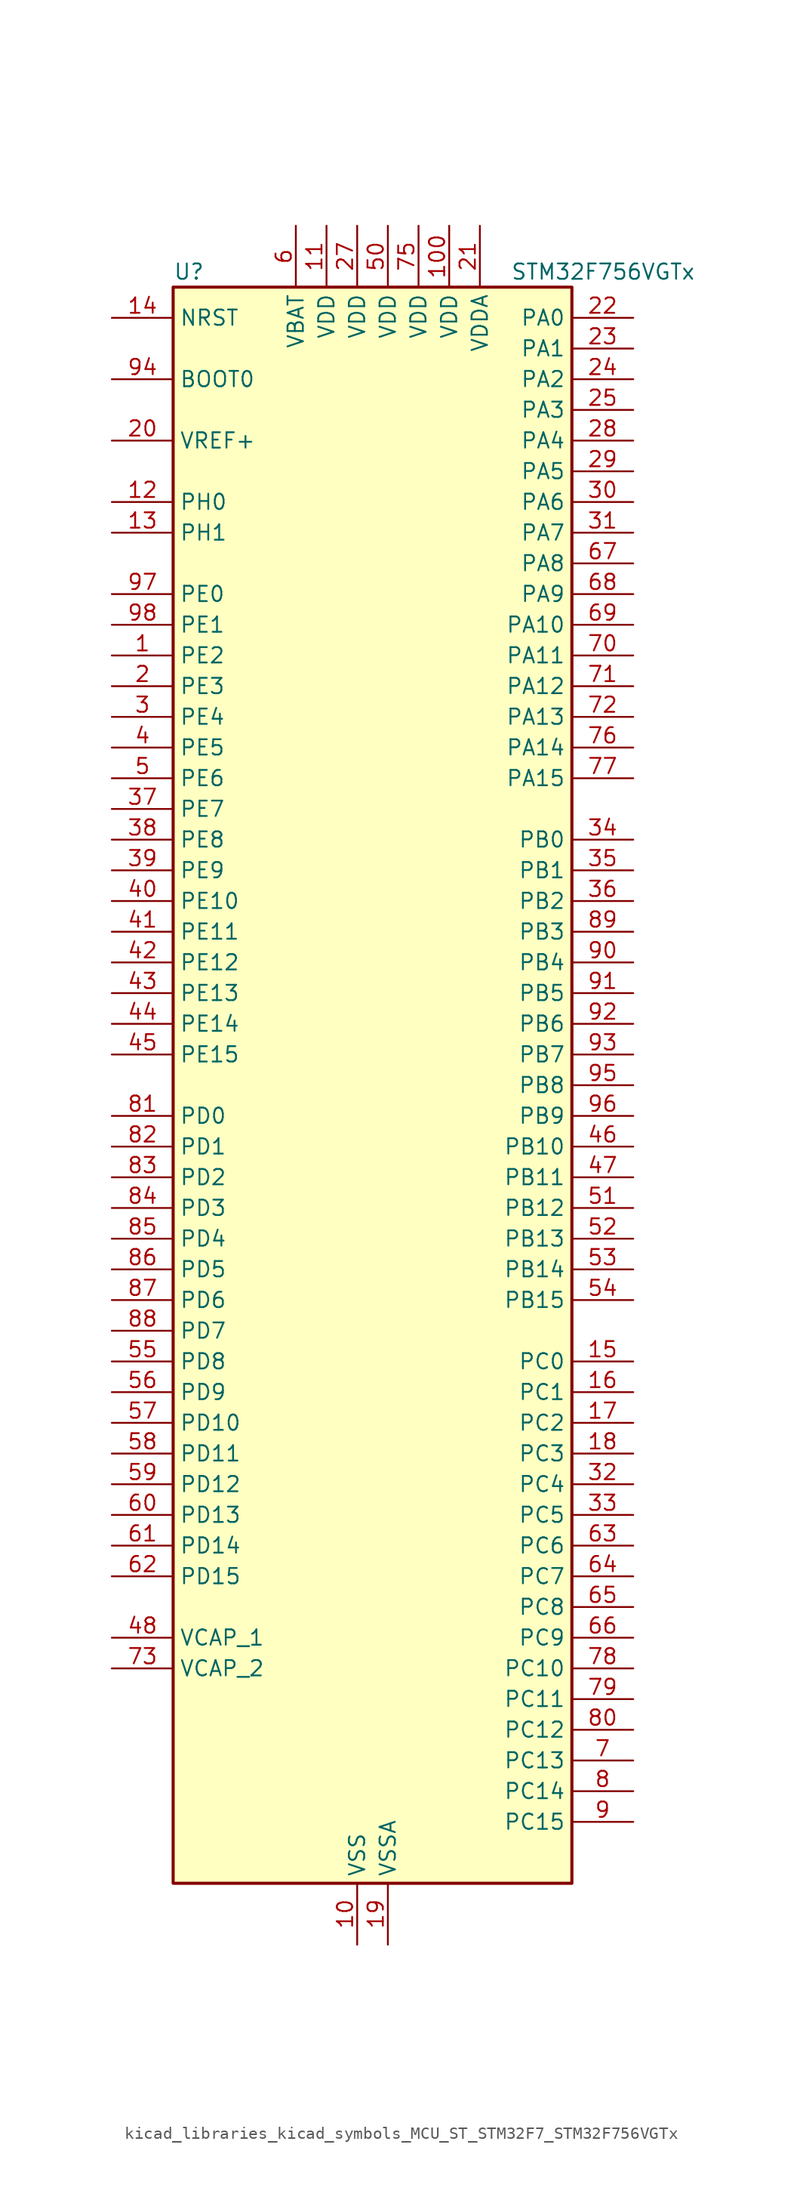
<source format=kicad_sym>
(kicad_symbol_lib
  (version 20220914)
  (generator kicad_symbol_editor)
  (symbol "kicad_libraries_kicad_symbols_MCU_ST_STM32F7_STM32F756VGTx"
    (property "Reference" "U"
      (at -15.24 67.31 0)
      (effects (font (size 1.27 1.27)) (justify left)))
    (property "Value" "STM32F756VGTx"
      (at 12.7 67.31 0)
      (effects (font (size 1.27 1.27)) (justify left)))
    (property "ki_locked" ""
      (at 0 0 0)
      (effects (font (size 1.27 1.27))))
    (symbol "kicad_libraries_kicad_symbols_MCU_ST_STM32F7_STM32F756VGTx_0_1"
      (rectangle (start -15.24 -66.04) (end 17.78 66.04) (stroke (width 0.254) (type default)) (fill (type background))))
    (symbol "kicad_libraries_kicad_symbols_MCU_ST_STM32F7_STM32F756VGTx_1_1"
      (pin bidirectional line (at -20.32 35.56 0) (length 5.08) (name "PE2" (effects (font (size 1.27 1.27)))) (number "1" (effects (font (size 1.27 1.27)))) (alternate "ETH_TXD3" bidirectional line) (alternate "FMC_A23" bidirectional line) (alternate "QUADSPI_BK1_IO2" bidirectional line) (alternate "SAI1_MCLK_A" bidirectional line) (alternate "SPI4_SCK" bidirectional line) (alternate "SYS_TRACECLK" bidirectional line))
      (pin power_in line (at 0 -71.12 90) (length 5.08) (name "VSS" (effects (font (size 1.27 1.27)))) (number "10" (effects (font (size 1.27 1.27)))))
      (pin power_in line (at 7.62 71.12 270) (length 5.08) (name "VDD" (effects (font (size 1.27 1.27)))) (number "100" (effects (font (size 1.27 1.27)))))
      (pin power_in line (at -2.54 71.12 270) (length 5.08) (name "VDD" (effects (font (size 1.27 1.27)))) (number "11" (effects (font (size 1.27 1.27)))))
      (pin bidirectional line (at -20.32 48.26 0) (length 5.08) (name "PH0" (effects (font (size 1.27 1.27)))) (number "12" (effects (font (size 1.27 1.27)))) (alternate "RCC_OSC_IN" bidirectional line))
      (pin bidirectional line (at -20.32 45.72 0) (length 5.08) (name "PH1" (effects (font (size 1.27 1.27)))) (number "13" (effects (font (size 1.27 1.27)))) (alternate "RCC_OSC_OUT" bidirectional line))
      (pin input line (at -20.32 63.5 0) (length 5.08) (name "NRST" (effects (font (size 1.27 1.27)))) (number "14" (effects (font (size 1.27 1.27)))))
      (pin bidirectional line (at 22.86 -22.86 180) (length 5.08) (name "PC0" (effects (font (size 1.27 1.27)))) (number "15" (effects (font (size 1.27 1.27)))) (alternate "ADC1_IN10" bidirectional line) (alternate "ADC2_IN10" bidirectional line) (alternate "ADC3_IN10" bidirectional line) (alternate "FMC_SDNWE" bidirectional line) (alternate "LTDC_R5" bidirectional line) (alternate "SAI2_FS_B" bidirectional line) (alternate "USB_OTG_HS_ULPI_STP" bidirectional line))
      (pin bidirectional line (at 22.86 -25.4 180) (length 5.08) (name "PC1" (effects (font (size 1.27 1.27)))) (number "16" (effects (font (size 1.27 1.27)))) (alternate "ADC1_IN11" bidirectional line) (alternate "ADC2_IN11" bidirectional line) (alternate "ADC3_IN11" bidirectional line) (alternate "ETH_MDC" bidirectional line) (alternate "I2S2_SD" bidirectional line) (alternate "RTC_TAMP3" bidirectional line) (alternate "RTC_TS" bidirectional line) (alternate "SAI1_SD_A" bidirectional line) (alternate "SPI2_MOSI" bidirectional line) (alternate "SYS_TRACED0" bidirectional line) (alternate "SYS_WKUP3" bidirectional line))
      (pin bidirectional line (at 22.86 -27.94 180) (length 5.08) (name "PC2" (effects (font (size 1.27 1.27)))) (number "17" (effects (font (size 1.27 1.27)))) (alternate "ADC1_IN12" bidirectional line) (alternate "ADC2_IN12" bidirectional line) (alternate "ADC3_IN12" bidirectional line) (alternate "ETH_TXD2" bidirectional line) (alternate "FMC_SDNE0" bidirectional line) (alternate "SPI2_MISO" bidirectional line) (alternate "USB_OTG_HS_ULPI_DIR" bidirectional line))
      (pin bidirectional line (at 22.86 -30.48 180) (length 5.08) (name "PC3" (effects (font (size 1.27 1.27)))) (number "18" (effects (font (size 1.27 1.27)))) (alternate "ADC1_IN13" bidirectional line) (alternate "ADC2_IN13" bidirectional line) (alternate "ADC3_IN13" bidirectional line) (alternate "ETH_TX_CLK" bidirectional line) (alternate "FMC_SDCKE0" bidirectional line) (alternate "I2S2_SD" bidirectional line) (alternate "SPI2_MOSI" bidirectional line) (alternate "USB_OTG_HS_ULPI_NXT" bidirectional line))
      (pin power_in line (at 2.54 -71.12 90) (length 5.08) (name "VSSA" (effects (font (size 1.27 1.27)))) (number "19" (effects (font (size 1.27 1.27)))))
      (pin bidirectional line (at -20.32 33.02 0) (length 5.08) (name "PE3" (effects (font (size 1.27 1.27)))) (number "2" (effects (font (size 1.27 1.27)))) (alternate "FMC_A19" bidirectional line) (alternate "SAI1_SD_B" bidirectional line) (alternate "SYS_TRACED0" bidirectional line))
      (pin input line (at -20.32 53.34 0) (length 5.08) (name "VREF+" (effects (font (size 1.27 1.27)))) (number "20" (effects (font (size 1.27 1.27)))))
      (pin power_in line (at 10.16 71.12 270) (length 5.08) (name "VDDA" (effects (font (size 1.27 1.27)))) (number "21" (effects (font (size 1.27 1.27)))))
      (pin bidirectional line (at 22.86 63.5 180) (length 5.08) (name "PA0" (effects (font (size 1.27 1.27)))) (number "22" (effects (font (size 1.27 1.27)))) (alternate "ADC1_IN0" bidirectional line) (alternate "ADC2_IN0" bidirectional line) (alternate "ADC3_IN0" bidirectional line) (alternate "ETH_CRS" bidirectional line) (alternate "SAI2_SD_B" bidirectional line) (alternate "SYS_WKUP1" bidirectional line) (alternate "TIM2_CH1" bidirectional line) (alternate "TIM2_ETR" bidirectional line) (alternate "TIM5_CH1" bidirectional line) (alternate "TIM8_ETR" bidirectional line) (alternate "UART4_TX" bidirectional line) (alternate "USART2_CTS" bidirectional line))
      (pin bidirectional line (at 22.86 60.96 180) (length 5.08) (name "PA1" (effects (font (size 1.27 1.27)))) (number "23" (effects (font (size 1.27 1.27)))) (alternate "ADC1_IN1" bidirectional line) (alternate "ADC2_IN1" bidirectional line) (alternate "ADC3_IN1" bidirectional line) (alternate "ETH_REF_CLK" bidirectional line) (alternate "ETH_RX_CLK" bidirectional line) (alternate "LTDC_R2" bidirectional line) (alternate "QUADSPI_BK1_IO3" bidirectional line) (alternate "SAI2_MCLK_B" bidirectional line) (alternate "TIM2_CH2" bidirectional line) (alternate "TIM5_CH2" bidirectional line) (alternate "UART4_RX" bidirectional line) (alternate "USART2_DE" bidirectional line) (alternate "USART2_RTS" bidirectional line))
      (pin bidirectional line (at 22.86 58.42 180) (length 5.08) (name "PA2" (effects (font (size 1.27 1.27)))) (number "24" (effects (font (size 1.27 1.27)))) (alternate "ADC1_IN2" bidirectional line) (alternate "ADC2_IN2" bidirectional line) (alternate "ADC3_IN2" bidirectional line) (alternate "ETH_MDIO" bidirectional line) (alternate "LTDC_R1" bidirectional line) (alternate "SAI2_SCK_B" bidirectional line) (alternate "SYS_WKUP2" bidirectional line) (alternate "TIM2_CH3" bidirectional line) (alternate "TIM5_CH3" bidirectional line) (alternate "TIM9_CH1" bidirectional line) (alternate "USART2_TX" bidirectional line))
      (pin bidirectional line (at 22.86 55.88 180) (length 5.08) (name "PA3" (effects (font (size 1.27 1.27)))) (number "25" (effects (font (size 1.27 1.27)))) (alternate "ADC1_IN3" bidirectional line) (alternate "ADC2_IN3" bidirectional line) (alternate "ADC3_IN3" bidirectional line) (alternate "ETH_COL" bidirectional line) (alternate "LTDC_B5" bidirectional line) (alternate "TIM2_CH4" bidirectional line) (alternate "TIM5_CH4" bidirectional line) (alternate "TIM9_CH2" bidirectional line) (alternate "USART2_RX" bidirectional line) (alternate "USB_OTG_HS_ULPI_D0" bidirectional line))
      (pin passive line (at 0 -71.12 90) (length 5.08) hide (name "VSS" (effects (font (size 1.27 1.27)))) (number "26" (effects (font (size 1.27 1.27)))))
      (pin power_in line (at 0 71.12 270) (length 5.08) (name "VDD" (effects (font (size 1.27 1.27)))) (number "27" (effects (font (size 1.27 1.27)))))
      (pin bidirectional line (at 22.86 53.34 180) (length 5.08) (name "PA4" (effects (font (size 1.27 1.27)))) (number "28" (effects (font (size 1.27 1.27)))) (alternate "ADC1_IN4" bidirectional line) (alternate "ADC2_IN4" bidirectional line) (alternate "DAC_OUT1" bidirectional line) (alternate "DCMI_HSYNC" bidirectional line) (alternate "I2S1_WS" bidirectional line) (alternate "I2S3_WS" bidirectional line) (alternate "LTDC_VSYNC" bidirectional line) (alternate "SPI1_NSS" bidirectional line) (alternate "SPI3_NSS" bidirectional line) (alternate "USART2_CK" bidirectional line) (alternate "USB_OTG_HS_SOF" bidirectional line))
      (pin bidirectional line (at 22.86 50.8 180) (length 5.08) (name "PA5" (effects (font (size 1.27 1.27)))) (number "29" (effects (font (size 1.27 1.27)))) (alternate "ADC1_IN5" bidirectional line) (alternate "ADC2_IN5" bidirectional line) (alternate "DAC_OUT2" bidirectional line) (alternate "I2S1_CK" bidirectional line) (alternate "LTDC_R4" bidirectional line) (alternate "SPI1_SCK" bidirectional line) (alternate "TIM2_CH1" bidirectional line) (alternate "TIM2_ETR" bidirectional line) (alternate "TIM8_CH1N" bidirectional line) (alternate "USB_OTG_HS_ULPI_CK" bidirectional line))
      (pin bidirectional line (at -20.32 30.48 0) (length 5.08) (name "PE4" (effects (font (size 1.27 1.27)))) (number "3" (effects (font (size 1.27 1.27)))) (alternate "DCMI_D4" bidirectional line) (alternate "FMC_A20" bidirectional line) (alternate "LTDC_B0" bidirectional line) (alternate "SAI1_FS_A" bidirectional line) (alternate "SPI4_NSS" bidirectional line) (alternate "SYS_TRACED1" bidirectional line))
      (pin bidirectional line (at 22.86 48.26 180) (length 5.08) (name "PA6" (effects (font (size 1.27 1.27)))) (number "30" (effects (font (size 1.27 1.27)))) (alternate "ADC1_IN6" bidirectional line) (alternate "ADC2_IN6" bidirectional line) (alternate "DCMI_PIXCLK" bidirectional line) (alternate "LTDC_G2" bidirectional line) (alternate "SPI1_MISO" bidirectional line) (alternate "TIM13_CH1" bidirectional line) (alternate "TIM1_BKIN" bidirectional line) (alternate "TIM3_CH1" bidirectional line) (alternate "TIM8_BKIN" bidirectional line))
      (pin bidirectional line (at 22.86 45.72 180) (length 5.08) (name "PA7" (effects (font (size 1.27 1.27)))) (number "31" (effects (font (size 1.27 1.27)))) (alternate "ADC1_IN7" bidirectional line) (alternate "ADC2_IN7" bidirectional line) (alternate "ETH_CRS_DV" bidirectional line) (alternate "ETH_RX_DV" bidirectional line) (alternate "FMC_SDNWE" bidirectional line) (alternate "I2S1_SD" bidirectional line) (alternate "SPI1_MOSI" bidirectional line) (alternate "TIM14_CH1" bidirectional line) (alternate "TIM1_CH1N" bidirectional line) (alternate "TIM3_CH2" bidirectional line) (alternate "TIM8_CH1N" bidirectional line))
      (pin bidirectional line (at 22.86 -33.02 180) (length 5.08) (name "PC4" (effects (font (size 1.27 1.27)))) (number "32" (effects (font (size 1.27 1.27)))) (alternate "ADC1_IN14" bidirectional line) (alternate "ADC2_IN14" bidirectional line) (alternate "ETH_RXD0" bidirectional line) (alternate "FMC_SDNE0" bidirectional line) (alternate "I2S1_MCK" bidirectional line) (alternate "SPDIFRX_IN2" bidirectional line))
      (pin bidirectional line (at 22.86 -35.56 180) (length 5.08) (name "PC5" (effects (font (size 1.27 1.27)))) (number "33" (effects (font (size 1.27 1.27)))) (alternate "ADC1_IN15" bidirectional line) (alternate "ADC2_IN15" bidirectional line) (alternate "ETH_RXD1" bidirectional line) (alternate "FMC_SDCKE0" bidirectional line) (alternate "SPDIFRX_IN3" bidirectional line))
      (pin bidirectional line (at 22.86 20.32 180) (length 5.08) (name "PB0" (effects (font (size 1.27 1.27)))) (number "34" (effects (font (size 1.27 1.27)))) (alternate "ADC1_IN8" bidirectional line) (alternate "ADC2_IN8" bidirectional line) (alternate "ETH_RXD2" bidirectional line) (alternate "LTDC_R3" bidirectional line) (alternate "TIM1_CH2N" bidirectional line) (alternate "TIM3_CH3" bidirectional line) (alternate "TIM8_CH2N" bidirectional line) (alternate "UART4_CTS" bidirectional line) (alternate "USB_OTG_HS_ULPI_D1" bidirectional line))
      (pin bidirectional line (at 22.86 17.78 180) (length 5.08) (name "PB1" (effects (font (size 1.27 1.27)))) (number "35" (effects (font (size 1.27 1.27)))) (alternate "ADC1_IN9" bidirectional line) (alternate "ADC2_IN9" bidirectional line) (alternate "ETH_RXD3" bidirectional line) (alternate "LTDC_R6" bidirectional line) (alternate "TIM1_CH3N" bidirectional line) (alternate "TIM3_CH4" bidirectional line) (alternate "TIM8_CH3N" bidirectional line) (alternate "USB_OTG_HS_ULPI_D2" bidirectional line))
      (pin bidirectional line (at 22.86 15.24 180) (length 5.08) (name "PB2" (effects (font (size 1.27 1.27)))) (number "36" (effects (font (size 1.27 1.27)))) (alternate "I2S3_SD" bidirectional line) (alternate "QUADSPI_CLK" bidirectional line) (alternate "SAI1_SD_A" bidirectional line) (alternate "SPI3_MOSI" bidirectional line))
      (pin bidirectional line (at -20.32 22.86 0) (length 5.08) (name "PE7" (effects (font (size 1.27 1.27)))) (number "37" (effects (font (size 1.27 1.27)))) (alternate "FMC_D4" bidirectional line) (alternate "FMC_DA4" bidirectional line) (alternate "QUADSPI_BK2_IO0" bidirectional line) (alternate "TIM1_ETR" bidirectional line) (alternate "UART7_RX" bidirectional line))
      (pin bidirectional line (at -20.32 20.32 0) (length 5.08) (name "PE8" (effects (font (size 1.27 1.27)))) (number "38" (effects (font (size 1.27 1.27)))) (alternate "FMC_D5" bidirectional line) (alternate "FMC_DA5" bidirectional line) (alternate "QUADSPI_BK2_IO1" bidirectional line) (alternate "TIM1_CH1N" bidirectional line) (alternate "UART7_TX" bidirectional line))
      (pin bidirectional line (at -20.32 17.78 0) (length 5.08) (name "PE9" (effects (font (size 1.27 1.27)))) (number "39" (effects (font (size 1.27 1.27)))) (alternate "DAC_EXTI9" bidirectional line) (alternate "FMC_D6" bidirectional line) (alternate "FMC_DA6" bidirectional line) (alternate "QUADSPI_BK2_IO2" bidirectional line) (alternate "TIM1_CH1" bidirectional line) (alternate "UART7_DE" bidirectional line) (alternate "UART7_RTS" bidirectional line))
      (pin bidirectional line (at -20.32 27.94 0) (length 5.08) (name "PE5" (effects (font (size 1.27 1.27)))) (number "4" (effects (font (size 1.27 1.27)))) (alternate "DCMI_D6" bidirectional line) (alternate "FMC_A21" bidirectional line) (alternate "LTDC_G0" bidirectional line) (alternate "SAI1_SCK_A" bidirectional line) (alternate "SPI4_MISO" bidirectional line) (alternate "SYS_TRACED2" bidirectional line) (alternate "TIM9_CH1" bidirectional line))
      (pin bidirectional line (at -20.32 15.24 0) (length 5.08) (name "PE10" (effects (font (size 1.27 1.27)))) (number "40" (effects (font (size 1.27 1.27)))) (alternate "FMC_D7" bidirectional line) (alternate "FMC_DA7" bidirectional line) (alternate "QUADSPI_BK2_IO3" bidirectional line) (alternate "TIM1_CH2N" bidirectional line) (alternate "UART7_CTS" bidirectional line))
      (pin bidirectional line (at -20.32 12.7 0) (length 5.08) (name "PE11" (effects (font (size 1.27 1.27)))) (number "41" (effects (font (size 1.27 1.27)))) (alternate "ADC1_EXTI11" bidirectional line) (alternate "ADC2_EXTI11" bidirectional line) (alternate "ADC3_EXTI11" bidirectional line) (alternate "FMC_D8" bidirectional line) (alternate "FMC_DA8" bidirectional line) (alternate "LTDC_G3" bidirectional line) (alternate "SAI2_SD_B" bidirectional line) (alternate "SPI4_NSS" bidirectional line) (alternate "TIM1_CH2" bidirectional line))
      (pin bidirectional line (at -20.32 10.16 0) (length 5.08) (name "PE12" (effects (font (size 1.27 1.27)))) (number "42" (effects (font (size 1.27 1.27)))) (alternate "FMC_D9" bidirectional line) (alternate "FMC_DA9" bidirectional line) (alternate "LTDC_B4" bidirectional line) (alternate "SAI2_SCK_B" bidirectional line) (alternate "SPI4_SCK" bidirectional line) (alternate "TIM1_CH3N" bidirectional line))
      (pin bidirectional line (at -20.32 7.62 0) (length 5.08) (name "PE13" (effects (font (size 1.27 1.27)))) (number "43" (effects (font (size 1.27 1.27)))) (alternate "FMC_D10" bidirectional line) (alternate "FMC_DA10" bidirectional line) (alternate "LTDC_DE" bidirectional line) (alternate "SAI2_FS_B" bidirectional line) (alternate "SPI4_MISO" bidirectional line) (alternate "TIM1_CH3" bidirectional line))
      (pin bidirectional line (at -20.32 5.08 0) (length 5.08) (name "PE14" (effects (font (size 1.27 1.27)))) (number "44" (effects (font (size 1.27 1.27)))) (alternate "FMC_D11" bidirectional line) (alternate "FMC_DA11" bidirectional line) (alternate "LTDC_CLK" bidirectional line) (alternate "SAI2_MCLK_B" bidirectional line) (alternate "SPI4_MOSI" bidirectional line) (alternate "TIM1_CH4" bidirectional line))
      (pin bidirectional line (at -20.32 2.54 0) (length 5.08) (name "PE15" (effects (font (size 1.27 1.27)))) (number "45" (effects (font (size 1.27 1.27)))) (alternate "FMC_D12" bidirectional line) (alternate "FMC_DA12" bidirectional line) (alternate "LTDC_R7" bidirectional line) (alternate "TIM1_BKIN" bidirectional line))
      (pin bidirectional line (at 22.86 -5.08 180) (length 5.08) (name "PB10" (effects (font (size 1.27 1.27)))) (number "46" (effects (font (size 1.27 1.27)))) (alternate "ETH_RX_ER" bidirectional line) (alternate "I2C2_SCL" bidirectional line) (alternate "I2S2_CK" bidirectional line) (alternate "LTDC_G4" bidirectional line) (alternate "SPI2_SCK" bidirectional line) (alternate "TIM2_CH3" bidirectional line) (alternate "USART3_TX" bidirectional line) (alternate "USB_OTG_HS_ULPI_D3" bidirectional line))
      (pin bidirectional line (at 22.86 -7.62 180) (length 5.08) (name "PB11" (effects (font (size 1.27 1.27)))) (number "47" (effects (font (size 1.27 1.27)))) (alternate "ADC1_EXTI11" bidirectional line) (alternate "ADC2_EXTI11" bidirectional line) (alternate "ADC3_EXTI11" bidirectional line) (alternate "ETH_TX_EN" bidirectional line) (alternate "I2C2_SDA" bidirectional line) (alternate "LTDC_G5" bidirectional line) (alternate "TIM2_CH4" bidirectional line) (alternate "USART3_RX" bidirectional line) (alternate "USB_OTG_HS_ULPI_D4" bidirectional line))
      (pin power_out line (at -20.32 -45.72 0) (length 5.08) (name "VCAP_1" (effects (font (size 1.27 1.27)))) (number "48" (effects (font (size 1.27 1.27)))))
      (pin passive line (at 0 -71.12 90) (length 5.08) hide (name "VSS" (effects (font (size 1.27 1.27)))) (number "49" (effects (font (size 1.27 1.27)))))
      (pin bidirectional line (at -20.32 25.4 0) (length 5.08) (name "PE6" (effects (font (size 1.27 1.27)))) (number "5" (effects (font (size 1.27 1.27)))) (alternate "DCMI_D7" bidirectional line) (alternate "FMC_A22" bidirectional line) (alternate "LTDC_G1" bidirectional line) (alternate "SAI1_SD_A" bidirectional line) (alternate "SAI2_MCLK_B" bidirectional line) (alternate "SPI4_MOSI" bidirectional line) (alternate "SYS_TRACED3" bidirectional line) (alternate "TIM1_BKIN2" bidirectional line) (alternate "TIM9_CH2" bidirectional line))
      (pin power_in line (at 2.54 71.12 270) (length 5.08) (name "VDD" (effects (font (size 1.27 1.27)))) (number "50" (effects (font (size 1.27 1.27)))))
      (pin bidirectional line (at 22.86 -10.16 180) (length 5.08) (name "PB12" (effects (font (size 1.27 1.27)))) (number "51" (effects (font (size 1.27 1.27)))) (alternate "CAN2_RX" bidirectional line) (alternate "ETH_TXD0" bidirectional line) (alternate "I2C2_SMBA" bidirectional line) (alternate "I2S2_WS" bidirectional line) (alternate "SPI2_NSS" bidirectional line) (alternate "TIM1_BKIN" bidirectional line) (alternate "USART3_CK" bidirectional line) (alternate "USB_OTG_HS_ID" bidirectional line) (alternate "USB_OTG_HS_ULPI_D5" bidirectional line))
      (pin bidirectional line (at 22.86 -12.7 180) (length 5.08) (name "PB13" (effects (font (size 1.27 1.27)))) (number "52" (effects (font (size 1.27 1.27)))) (alternate "CAN2_TX" bidirectional line) (alternate "ETH_TXD1" bidirectional line) (alternate "I2S2_CK" bidirectional line) (alternate "SPI2_SCK" bidirectional line) (alternate "TIM1_CH1N" bidirectional line) (alternate "USART3_CTS" bidirectional line) (alternate "USB_OTG_HS_ULPI_D6" bidirectional line) (alternate "USB_OTG_HS_VBUS" bidirectional line))
      (pin bidirectional line (at 22.86 -15.24 180) (length 5.08) (name "PB14" (effects (font (size 1.27 1.27)))) (number "53" (effects (font (size 1.27 1.27)))) (alternate "SPI2_MISO" bidirectional line) (alternate "TIM12_CH1" bidirectional line) (alternate "TIM1_CH2N" bidirectional line) (alternate "TIM8_CH2N" bidirectional line) (alternate "USART3_DE" bidirectional line) (alternate "USART3_RTS" bidirectional line) (alternate "USB_OTG_HS_DM" bidirectional line))
      (pin bidirectional line (at 22.86 -17.78 180) (length 5.08) (name "PB15" (effects (font (size 1.27 1.27)))) (number "54" (effects (font (size 1.27 1.27)))) (alternate "I2S2_SD" bidirectional line) (alternate "RTC_REFIN" bidirectional line) (alternate "SPI2_MOSI" bidirectional line) (alternate "TIM12_CH2" bidirectional line) (alternate "TIM1_CH3N" bidirectional line) (alternate "TIM8_CH3N" bidirectional line) (alternate "USB_OTG_HS_DP" bidirectional line))
      (pin bidirectional line (at -20.32 -22.86 0) (length 5.08) (name "PD8" (effects (font (size 1.27 1.27)))) (number "55" (effects (font (size 1.27 1.27)))) (alternate "FMC_D13" bidirectional line) (alternate "FMC_DA13" bidirectional line) (alternate "SPDIFRX_IN1" bidirectional line) (alternate "USART3_TX" bidirectional line))
      (pin bidirectional line (at -20.32 -25.4 0) (length 5.08) (name "PD9" (effects (font (size 1.27 1.27)))) (number "56" (effects (font (size 1.27 1.27)))) (alternate "DAC_EXTI9" bidirectional line) (alternate "FMC_D14" bidirectional line) (alternate "FMC_DA14" bidirectional line) (alternate "USART3_RX" bidirectional line))
      (pin bidirectional line (at -20.32 -27.94 0) (length 5.08) (name "PD10" (effects (font (size 1.27 1.27)))) (number "57" (effects (font (size 1.27 1.27)))) (alternate "FMC_D15" bidirectional line) (alternate "FMC_DA15" bidirectional line) (alternate "LTDC_B3" bidirectional line) (alternate "USART3_CK" bidirectional line))
      (pin bidirectional line (at -20.32 -30.48 0) (length 5.08) (name "PD11" (effects (font (size 1.27 1.27)))) (number "58" (effects (font (size 1.27 1.27)))) (alternate "ADC1_EXTI11" bidirectional line) (alternate "ADC2_EXTI11" bidirectional line) (alternate "ADC3_EXTI11" bidirectional line) (alternate "FMC_A16" bidirectional line) (alternate "FMC_CLE" bidirectional line) (alternate "I2C4_SMBA" bidirectional line) (alternate "QUADSPI_BK1_IO0" bidirectional line) (alternate "SAI2_SD_A" bidirectional line) (alternate "USART3_CTS" bidirectional line))
      (pin bidirectional line (at -20.32 -33.02 0) (length 5.08) (name "PD12" (effects (font (size 1.27 1.27)))) (number "59" (effects (font (size 1.27 1.27)))) (alternate "FMC_A17" bidirectional line) (alternate "FMC_ALE" bidirectional line) (alternate "I2C4_SCL" bidirectional line) (alternate "LPTIM1_IN1" bidirectional line) (alternate "QUADSPI_BK1_IO1" bidirectional line) (alternate "SAI2_FS_A" bidirectional line) (alternate "TIM4_CH1" bidirectional line) (alternate "USART3_DE" bidirectional line) (alternate "USART3_RTS" bidirectional line))
      (pin power_in line (at -5.08 71.12 270) (length 5.08) (name "VBAT" (effects (font (size 1.27 1.27)))) (number "6" (effects (font (size 1.27 1.27)))))
      (pin bidirectional line (at -20.32 -35.56 0) (length 5.08) (name "PD13" (effects (font (size 1.27 1.27)))) (number "60" (effects (font (size 1.27 1.27)))) (alternate "FMC_A18" bidirectional line) (alternate "I2C4_SDA" bidirectional line) (alternate "LPTIM1_OUT" bidirectional line) (alternate "QUADSPI_BK1_IO3" bidirectional line) (alternate "SAI2_SCK_A" bidirectional line) (alternate "TIM4_CH2" bidirectional line))
      (pin bidirectional line (at -20.32 -38.1 0) (length 5.08) (name "PD14" (effects (font (size 1.27 1.27)))) (number "61" (effects (font (size 1.27 1.27)))) (alternate "FMC_D0" bidirectional line) (alternate "FMC_DA0" bidirectional line) (alternate "TIM4_CH3" bidirectional line) (alternate "UART8_CTS" bidirectional line))
      (pin bidirectional line (at -20.32 -40.64 0) (length 5.08) (name "PD15" (effects (font (size 1.27 1.27)))) (number "62" (effects (font (size 1.27 1.27)))) (alternate "FMC_D1" bidirectional line) (alternate "FMC_DA1" bidirectional line) (alternate "TIM4_CH4" bidirectional line) (alternate "UART8_DE" bidirectional line) (alternate "UART8_RTS" bidirectional line))
      (pin bidirectional line (at 22.86 -38.1 180) (length 5.08) (name "PC6" (effects (font (size 1.27 1.27)))) (number "63" (effects (font (size 1.27 1.27)))) (alternate "DCMI_D0" bidirectional line) (alternate "I2S2_MCK" bidirectional line) (alternate "LTDC_HSYNC" bidirectional line) (alternate "SDMMC1_D6" bidirectional line) (alternate "TIM3_CH1" bidirectional line) (alternate "TIM8_CH1" bidirectional line) (alternate "USART6_TX" bidirectional line))
      (pin bidirectional line (at 22.86 -40.64 180) (length 5.08) (name "PC7" (effects (font (size 1.27 1.27)))) (number "64" (effects (font (size 1.27 1.27)))) (alternate "DCMI_D1" bidirectional line) (alternate "I2S3_MCK" bidirectional line) (alternate "LTDC_G6" bidirectional line) (alternate "SDMMC1_D7" bidirectional line) (alternate "TIM3_CH2" bidirectional line) (alternate "TIM8_CH2" bidirectional line) (alternate "USART6_RX" bidirectional line))
      (pin bidirectional line (at 22.86 -43.18 180) (length 5.08) (name "PC8" (effects (font (size 1.27 1.27)))) (number "65" (effects (font (size 1.27 1.27)))) (alternate "DCMI_D2" bidirectional line) (alternate "SDMMC1_D0" bidirectional line) (alternate "SYS_TRACED1" bidirectional line) (alternate "TIM3_CH3" bidirectional line) (alternate "TIM8_CH3" bidirectional line) (alternate "UART5_DE" bidirectional line) (alternate "UART5_RTS" bidirectional line) (alternate "USART6_CK" bidirectional line))
      (pin bidirectional line (at 22.86 -45.72 180) (length 5.08) (name "PC9" (effects (font (size 1.27 1.27)))) (number "66" (effects (font (size 1.27 1.27)))) (alternate "DAC_EXTI9" bidirectional line) (alternate "DCMI_D3" bidirectional line) (alternate "I2C3_SDA" bidirectional line) (alternate "I2S_CKIN" bidirectional line) (alternate "QUADSPI_BK1_IO0" bidirectional line) (alternate "RCC_MCO_2" bidirectional line) (alternate "SDMMC1_D1" bidirectional line) (alternate "TIM3_CH4" bidirectional line) (alternate "TIM8_CH4" bidirectional line) (alternate "UART5_CTS" bidirectional line))
      (pin bidirectional line (at 22.86 43.18 180) (length 5.08) (name "PA8" (effects (font (size 1.27 1.27)))) (number "67" (effects (font (size 1.27 1.27)))) (alternate "I2C3_SCL" bidirectional line) (alternate "LTDC_R6" bidirectional line) (alternate "RCC_MCO_1" bidirectional line) (alternate "TIM1_CH1" bidirectional line) (alternate "TIM8_BKIN2" bidirectional line) (alternate "USART1_CK" bidirectional line) (alternate "USB_OTG_FS_SOF" bidirectional line))
      (pin bidirectional line (at 22.86 40.64 180) (length 5.08) (name "PA9" (effects (font (size 1.27 1.27)))) (number "68" (effects (font (size 1.27 1.27)))) (alternate "DAC_EXTI9" bidirectional line) (alternate "DCMI_D0" bidirectional line) (alternate "I2C3_SMBA" bidirectional line) (alternate "I2S2_CK" bidirectional line) (alternate "SPI2_SCK" bidirectional line) (alternate "TIM1_CH2" bidirectional line) (alternate "USART1_TX" bidirectional line) (alternate "USB_OTG_FS_VBUS" bidirectional line))
      (pin bidirectional line (at 22.86 38.1 180) (length 5.08) (name "PA10" (effects (font (size 1.27 1.27)))) (number "69" (effects (font (size 1.27 1.27)))) (alternate "DCMI_D1" bidirectional line) (alternate "TIM1_CH3" bidirectional line) (alternate "USART1_RX" bidirectional line) (alternate "USB_OTG_FS_ID" bidirectional line))
      (pin bidirectional line (at 22.86 -55.88 180) (length 5.08) (name "PC13" (effects (font (size 1.27 1.27)))) (number "7" (effects (font (size 1.27 1.27)))) (alternate "RTC_OUT" bidirectional line) (alternate "RTC_TAMP1" bidirectional line) (alternate "RTC_TS" bidirectional line) (alternate "SYS_WKUP4" bidirectional line))
      (pin bidirectional line (at 22.86 35.56 180) (length 5.08) (name "PA11" (effects (font (size 1.27 1.27)))) (number "70" (effects (font (size 1.27 1.27)))) (alternate "ADC1_EXTI11" bidirectional line) (alternate "ADC2_EXTI11" bidirectional line) (alternate "ADC3_EXTI11" bidirectional line) (alternate "CAN1_RX" bidirectional line) (alternate "LTDC_R4" bidirectional line) (alternate "TIM1_CH4" bidirectional line) (alternate "USART1_CTS" bidirectional line) (alternate "USB_OTG_FS_DM" bidirectional line))
      (pin bidirectional line (at 22.86 33.02 180) (length 5.08) (name "PA12" (effects (font (size 1.27 1.27)))) (number "71" (effects (font (size 1.27 1.27)))) (alternate "CAN1_TX" bidirectional line) (alternate "LTDC_R5" bidirectional line) (alternate "SAI2_FS_B" bidirectional line) (alternate "TIM1_ETR" bidirectional line) (alternate "USART1_DE" bidirectional line) (alternate "USART1_RTS" bidirectional line) (alternate "USB_OTG_FS_DP" bidirectional line))
      (pin bidirectional line (at 22.86 30.48 180) (length 5.08) (name "PA13" (effects (font (size 1.27 1.27)))) (number "72" (effects (font (size 1.27 1.27)))) (alternate "SYS_JTMS-SWDIO" bidirectional line))
      (pin power_out line (at -20.32 -48.26 0) (length 5.08) (name "VCAP_2" (effects (font (size 1.27 1.27)))) (number "73" (effects (font (size 1.27 1.27)))))
      (pin passive line (at 0 -71.12 90) (length 5.08) hide (name "VSS" (effects (font (size 1.27 1.27)))) (number "74" (effects (font (size 1.27 1.27)))))
      (pin power_in line (at 5.08 71.12 270) (length 5.08) (name "VDD" (effects (font (size 1.27 1.27)))) (number "75" (effects (font (size 1.27 1.27)))))
      (pin bidirectional line (at 22.86 27.94 180) (length 5.08) (name "PA14" (effects (font (size 1.27 1.27)))) (number "76" (effects (font (size 1.27 1.27)))) (alternate "SYS_JTCK-SWCLK" bidirectional line))
      (pin bidirectional line (at 22.86 25.4 180) (length 5.08) (name "PA15" (effects (font (size 1.27 1.27)))) (number "77" (effects (font (size 1.27 1.27)))) (alternate "CEC" bidirectional line) (alternate "I2S1_WS" bidirectional line) (alternate "I2S3_WS" bidirectional line) (alternate "SPI1_NSS" bidirectional line) (alternate "SPI3_NSS" bidirectional line) (alternate "SYS_JTDI" bidirectional line) (alternate "TIM2_CH1" bidirectional line) (alternate "TIM2_ETR" bidirectional line) (alternate "UART4_DE" bidirectional line) (alternate "UART4_RTS" bidirectional line))
      (pin bidirectional line (at 22.86 -48.26 180) (length 5.08) (name "PC10" (effects (font (size 1.27 1.27)))) (number "78" (effects (font (size 1.27 1.27)))) (alternate "DCMI_D8" bidirectional line) (alternate "I2S3_CK" bidirectional line) (alternate "LTDC_R2" bidirectional line) (alternate "QUADSPI_BK1_IO1" bidirectional line) (alternate "SDMMC1_D2" bidirectional line) (alternate "SPI3_SCK" bidirectional line) (alternate "UART4_TX" bidirectional line) (alternate "USART3_TX" bidirectional line))
      (pin bidirectional line (at 22.86 -50.8 180) (length 5.08) (name "PC11" (effects (font (size 1.27 1.27)))) (number "79" (effects (font (size 1.27 1.27)))) (alternate "ADC1_EXTI11" bidirectional line) (alternate "ADC2_EXTI11" bidirectional line) (alternate "ADC3_EXTI11" bidirectional line) (alternate "DCMI_D4" bidirectional line) (alternate "QUADSPI_BK2_NCS" bidirectional line) (alternate "SDMMC1_D3" bidirectional line) (alternate "SPI3_MISO" bidirectional line) (alternate "UART4_RX" bidirectional line) (alternate "USART3_RX" bidirectional line))
      (pin bidirectional line (at 22.86 -58.42 180) (length 5.08) (name "PC14" (effects (font (size 1.27 1.27)))) (number "8" (effects (font (size 1.27 1.27)))) (alternate "RCC_OSC32_IN" bidirectional line))
      (pin bidirectional line (at 22.86 -53.34 180) (length 5.08) (name "PC12" (effects (font (size 1.27 1.27)))) (number "80" (effects (font (size 1.27 1.27)))) (alternate "DCMI_D9" bidirectional line) (alternate "I2S3_SD" bidirectional line) (alternate "SDMMC1_CK" bidirectional line) (alternate "SPI3_MOSI" bidirectional line) (alternate "SYS_TRACED3" bidirectional line) (alternate "UART5_TX" bidirectional line) (alternate "USART3_CK" bidirectional line))
      (pin bidirectional line (at -20.32 -2.54 0) (length 5.08) (name "PD0" (effects (font (size 1.27 1.27)))) (number "81" (effects (font (size 1.27 1.27)))) (alternate "CAN1_RX" bidirectional line) (alternate "FMC_D2" bidirectional line) (alternate "FMC_DA2" bidirectional line))
      (pin bidirectional line (at -20.32 -5.08 0) (length 5.08) (name "PD1" (effects (font (size 1.27 1.27)))) (number "82" (effects (font (size 1.27 1.27)))) (alternate "CAN1_TX" bidirectional line) (alternate "FMC_D3" bidirectional line) (alternate "FMC_DA3" bidirectional line))
      (pin bidirectional line (at -20.32 -7.62 0) (length 5.08) (name "PD2" (effects (font (size 1.27 1.27)))) (number "83" (effects (font (size 1.27 1.27)))) (alternate "DCMI_D11" bidirectional line) (alternate "SDMMC1_CMD" bidirectional line) (alternate "SYS_TRACED2" bidirectional line) (alternate "TIM3_ETR" bidirectional line) (alternate "UART5_RX" bidirectional line))
      (pin bidirectional line (at -20.32 -10.16 0) (length 5.08) (name "PD3" (effects (font (size 1.27 1.27)))) (number "84" (effects (font (size 1.27 1.27)))) (alternate "DCMI_D5" bidirectional line) (alternate "FMC_CLK" bidirectional line) (alternate "I2S2_CK" bidirectional line) (alternate "LTDC_G7" bidirectional line) (alternate "SPI2_SCK" bidirectional line) (alternate "USART2_CTS" bidirectional line))
      (pin bidirectional line (at -20.32 -12.7 0) (length 5.08) (name "PD4" (effects (font (size 1.27 1.27)))) (number "85" (effects (font (size 1.27 1.27)))) (alternate "FMC_NOE" bidirectional line) (alternate "USART2_DE" bidirectional line) (alternate "USART2_RTS" bidirectional line))
      (pin bidirectional line (at -20.32 -15.24 0) (length 5.08) (name "PD5" (effects (font (size 1.27 1.27)))) (number "86" (effects (font (size 1.27 1.27)))) (alternate "FMC_NWE" bidirectional line) (alternate "USART2_TX" bidirectional line))
      (pin bidirectional line (at -20.32 -17.78 0) (length 5.08) (name "PD6" (effects (font (size 1.27 1.27)))) (number "87" (effects (font (size 1.27 1.27)))) (alternate "DCMI_D10" bidirectional line) (alternate "FMC_NWAIT" bidirectional line) (alternate "I2S3_SD" bidirectional line) (alternate "LTDC_B2" bidirectional line) (alternate "SAI1_SD_A" bidirectional line) (alternate "SPI3_MOSI" bidirectional line) (alternate "USART2_RX" bidirectional line))
      (pin bidirectional line (at -20.32 -20.32 0) (length 5.08) (name "PD7" (effects (font (size 1.27 1.27)))) (number "88" (effects (font (size 1.27 1.27)))) (alternate "FMC_NE1" bidirectional line) (alternate "SPDIFRX_IN0" bidirectional line) (alternate "USART2_CK" bidirectional line))
      (pin bidirectional line (at 22.86 12.7 180) (length 5.08) (name "PB3" (effects (font (size 1.27 1.27)))) (number "89" (effects (font (size 1.27 1.27)))) (alternate "I2S1_CK" bidirectional line) (alternate "I2S3_CK" bidirectional line) (alternate "SPI1_SCK" bidirectional line) (alternate "SPI3_SCK" bidirectional line) (alternate "SYS_JTDO-SWO" bidirectional line) (alternate "TIM2_CH2" bidirectional line))
      (pin bidirectional line (at 22.86 -60.96 180) (length 5.08) (name "PC15" (effects (font (size 1.27 1.27)))) (number "9" (effects (font (size 1.27 1.27)))) (alternate "RCC_OSC32_OUT" bidirectional line))
      (pin bidirectional line (at 22.86 10.16 180) (length 5.08) (name "PB4" (effects (font (size 1.27 1.27)))) (number "90" (effects (font (size 1.27 1.27)))) (alternate "I2S2_WS" bidirectional line) (alternate "SPI1_MISO" bidirectional line) (alternate "SPI2_NSS" bidirectional line) (alternate "SPI3_MISO" bidirectional line) (alternate "SYS_JTRST" bidirectional line) (alternate "TIM3_CH1" bidirectional line))
      (pin bidirectional line (at 22.86 7.62 180) (length 5.08) (name "PB5" (effects (font (size 1.27 1.27)))) (number "91" (effects (font (size 1.27 1.27)))) (alternate "CAN2_RX" bidirectional line) (alternate "DCMI_D10" bidirectional line) (alternate "ETH_PPS_OUT" bidirectional line) (alternate "FMC_SDCKE1" bidirectional line) (alternate "I2C1_SMBA" bidirectional line) (alternate "I2S1_SD" bidirectional line) (alternate "I2S3_SD" bidirectional line) (alternate "SPI1_MOSI" bidirectional line) (alternate "SPI3_MOSI" bidirectional line) (alternate "TIM3_CH2" bidirectional line) (alternate "USB_OTG_HS_ULPI_D7" bidirectional line))
      (pin bidirectional line (at 22.86 5.08 180) (length 5.08) (name "PB6" (effects (font (size 1.27 1.27)))) (number "92" (effects (font (size 1.27 1.27)))) (alternate "CAN2_TX" bidirectional line) (alternate "CEC" bidirectional line) (alternate "DCMI_D5" bidirectional line) (alternate "FMC_SDNE1" bidirectional line) (alternate "I2C1_SCL" bidirectional line) (alternate "QUADSPI_BK1_NCS" bidirectional line) (alternate "TIM4_CH1" bidirectional line) (alternate "USART1_TX" bidirectional line))
      (pin bidirectional line (at 22.86 2.54 180) (length 5.08) (name "PB7" (effects (font (size 1.27 1.27)))) (number "93" (effects (font (size 1.27 1.27)))) (alternate "DCMI_VSYNC" bidirectional line) (alternate "FMC_NL" bidirectional line) (alternate "I2C1_SDA" bidirectional line) (alternate "TIM4_CH2" bidirectional line) (alternate "USART1_RX" bidirectional line))
      (pin input line (at -20.32 58.42 0) (length 5.08) (name "BOOT0" (effects (font (size 1.27 1.27)))) (number "94" (effects (font (size 1.27 1.27)))))
      (pin bidirectional line (at 22.86 0 180) (length 5.08) (name "PB8" (effects (font (size 1.27 1.27)))) (number "95" (effects (font (size 1.27 1.27)))) (alternate "CAN1_RX" bidirectional line) (alternate "DCMI_D6" bidirectional line) (alternate "ETH_TXD3" bidirectional line) (alternate "I2C1_SCL" bidirectional line) (alternate "LTDC_B6" bidirectional line) (alternate "SDMMC1_D4" bidirectional line) (alternate "TIM10_CH1" bidirectional line) (alternate "TIM4_CH3" bidirectional line))
      (pin bidirectional line (at 22.86 -2.54 180) (length 5.08) (name "PB9" (effects (font (size 1.27 1.27)))) (number "96" (effects (font (size 1.27 1.27)))) (alternate "CAN1_TX" bidirectional line) (alternate "DAC_EXTI9" bidirectional line) (alternate "DCMI_D7" bidirectional line) (alternate "I2C1_SDA" bidirectional line) (alternate "I2S2_WS" bidirectional line) (alternate "LTDC_B7" bidirectional line) (alternate "SDMMC1_D5" bidirectional line) (alternate "SPI2_NSS" bidirectional line) (alternate "TIM11_CH1" bidirectional line) (alternate "TIM4_CH4" bidirectional line))
      (pin bidirectional line (at -20.32 40.64 0) (length 5.08) (name "PE0" (effects (font (size 1.27 1.27)))) (number "97" (effects (font (size 1.27 1.27)))) (alternate "DCMI_D2" bidirectional line) (alternate "FMC_NBL0" bidirectional line) (alternate "LPTIM1_ETR" bidirectional line) (alternate "SAI2_MCLK_A" bidirectional line) (alternate "TIM4_ETR" bidirectional line) (alternate "UART8_RX" bidirectional line))
      (pin bidirectional line (at -20.32 38.1 0) (length 5.08) (name "PE1" (effects (font (size 1.27 1.27)))) (number "98" (effects (font (size 1.27 1.27)))) (alternate "DCMI_D3" bidirectional line) (alternate "FMC_NBL1" bidirectional line) (alternate "LPTIM1_IN2" bidirectional line) (alternate "UART8_TX" bidirectional line))
      (pin passive line (at 0 -71.12 90) (length 5.08) hide (name "VSS" (effects (font (size 1.27 1.27)))) (number "99" (effects (font (size 1.27 1.27))))))))
</source>
